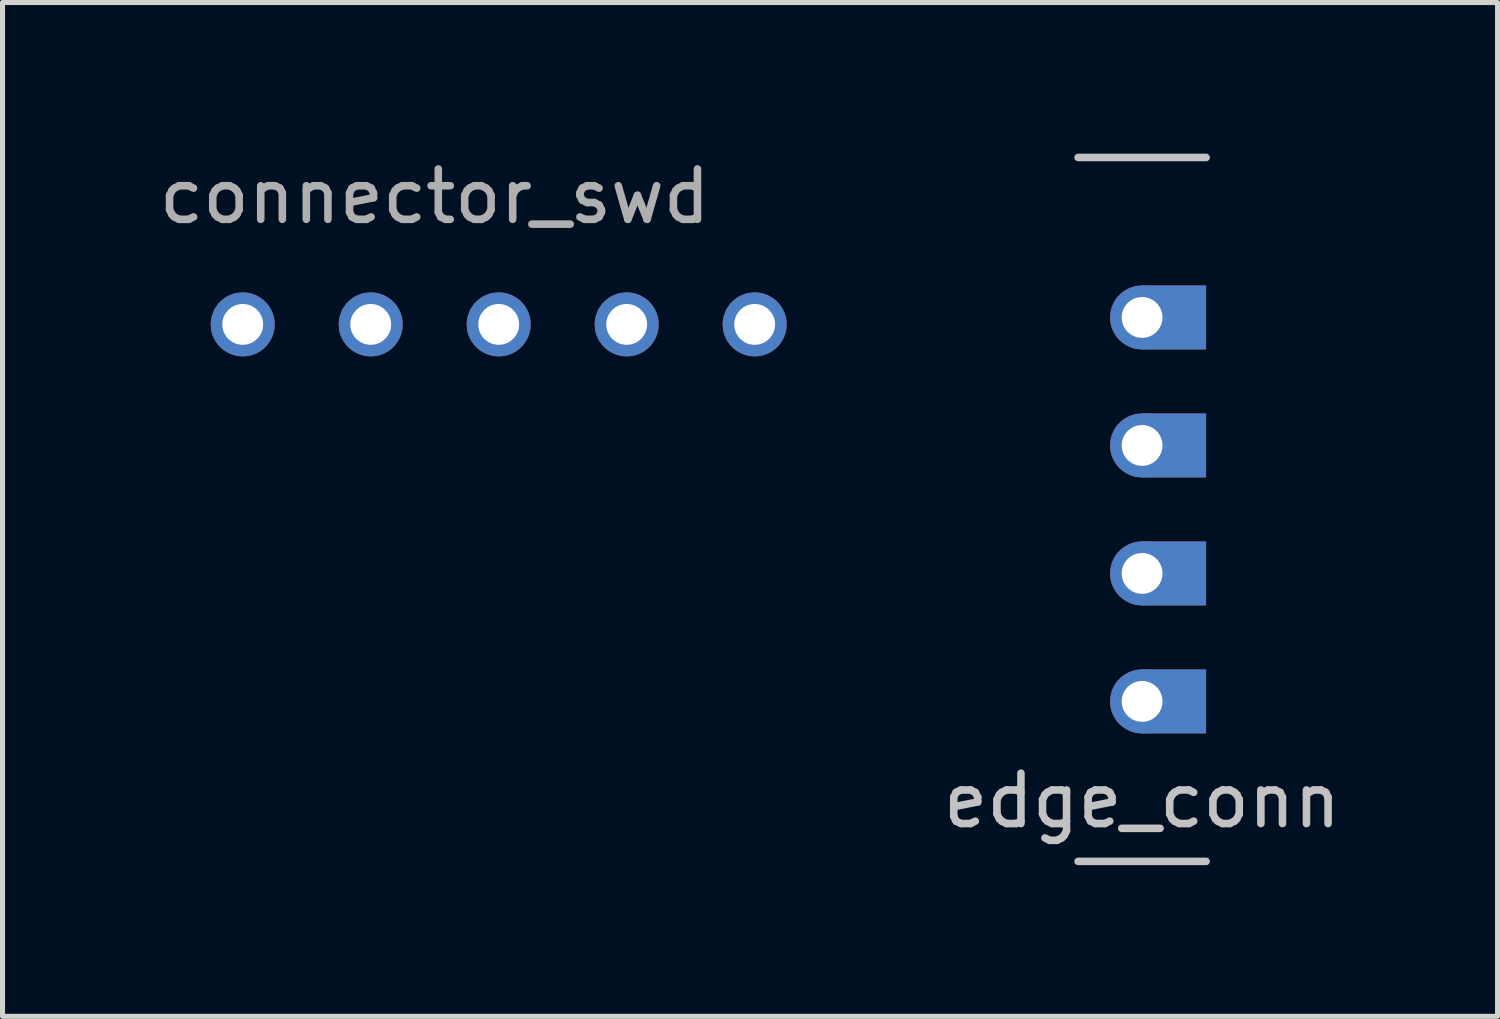
<source format=kicad_pcb>
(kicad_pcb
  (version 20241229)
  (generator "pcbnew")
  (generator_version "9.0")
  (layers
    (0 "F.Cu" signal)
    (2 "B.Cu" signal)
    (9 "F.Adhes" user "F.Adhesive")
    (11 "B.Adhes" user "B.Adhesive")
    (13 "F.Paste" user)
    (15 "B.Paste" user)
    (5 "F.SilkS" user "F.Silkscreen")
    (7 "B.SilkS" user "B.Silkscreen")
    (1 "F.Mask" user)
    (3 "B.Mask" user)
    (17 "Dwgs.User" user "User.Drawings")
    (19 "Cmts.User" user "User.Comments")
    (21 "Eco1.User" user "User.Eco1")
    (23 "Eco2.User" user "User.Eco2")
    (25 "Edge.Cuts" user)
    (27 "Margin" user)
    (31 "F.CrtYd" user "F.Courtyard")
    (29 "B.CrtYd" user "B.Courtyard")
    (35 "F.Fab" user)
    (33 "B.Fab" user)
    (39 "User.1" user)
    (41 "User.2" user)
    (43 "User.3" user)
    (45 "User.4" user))
  (footprint "edge_conn"
    (layer "F.Cu")
    (at 20.886 7.06)
    (property "Reference" "edge_conn" (at -1.27 5.779 180) (layer "Dwgs.User") (effects (font (size 1 1) (thickness 0.15))))
    (attr through_hole)
    (fp_line (start -2.54 -6.985) (end 0 -6.985) (stroke (width 0.15) (type solid)) (layer "Dwgs.User"))
    (fp_line (start 0 6.985) (end -2.54 6.985) (stroke (width 0.15) (type solid)) (layer "Dwgs.User"))
    (pad "1" thru_hole circle (at -1.27 -3.81 180) (size 1.27 1.27) (drill 0.81) (layers "*.Cu" "*.Mask"))
    (pad "1" smd rect (at -0.635 -3.81 180) (size 1.27 1.27) (layers "F.Cu" "F.Mask"))
    (pad "1" smd rect (at -0.635 -3.81 180) (size 1.27 1.27) (layers "B.Cu" "B.Mask"))
    (pad "2" thru_hole circle (at -1.27 -1.27 180) (size 1.27 1.27) (drill 0.81) (layers "*.Cu" "*.Mask"))
    (pad "2" smd rect (at -0.635 -1.27 180) (size 1.27 1.27) (layers "F.Cu" "F.Mask"))
    (pad "2" smd rect (at -0.635 -1.27 180) (size 1.27 1.27) (layers "B.Cu" "B.Mask"))
    (pad "3" thru_hole circle (at -1.27 1.27 180) (size 1.27 1.27) (drill 0.81) (layers "*.Cu" "*.Mask"))
    (pad "3" smd rect (at -0.635 1.27 180) (size 1.27 1.27) (layers "F.Cu" "F.Mask"))
    (pad "3" smd rect (at -0.635 1.27 180) (size 1.27 1.27) (layers "B.Cu" "B.Mask"))
    (pad "4" thru_hole circle (at -1.27 3.81 180) (size 1.27 1.27) (drill 0.81) (layers "*.Cu" "*.Mask"))
    (pad "4" smd rect (at -0.635 3.81 180) (size 1.27 1.27) (layers "F.Cu" "F.Mask"))
    (pad "4" smd rect (at -0.635 3.81 180) (size 1.27 1.27) (layers "B.Cu" "B.Mask")))
  (footprint "connector_swd"
    (layer "F.Cu")
    (at 5.577 3.388)
    (property "Reference" "connector_swd" (at 0 -2.54 0) (layer "F.Fab") (effects (font (size 1 1) (thickness 0.15))))
    (attr through_hole)
    (pad "1" thru_hole circle (at -3.81 0) (size 1.27 1.27) (drill 0.81) (layers "*.Cu" "*.Mask"))
    (pad "2" thru_hole circle (at -1.27 0) (size 1.27 1.27) (drill 0.81) (layers "*.Cu" "*.Mask"))
    (pad "3" thru_hole circle (at 1.27 0) (size 1.27 1.27) (drill 0.81) (layers "*.Cu" "*.Mask"))
    (pad "4" thru_hole circle (at 3.81 0) (size 1.27 1.27) (drill 0.81) (layers "*.Cu" "*.Mask"))
    (pad "5" thru_hole circle (at 6.35 0) (size 1.27 1.27) (drill 0.81) (layers "*.Cu" "*.Mask")))
  (gr_rect
    (start -3 -3)
    (end 26.67 17.12)
    (stroke (width 0.1) (type default))
    (fill no)
    (layer "Edge.Cuts")))
</source>
